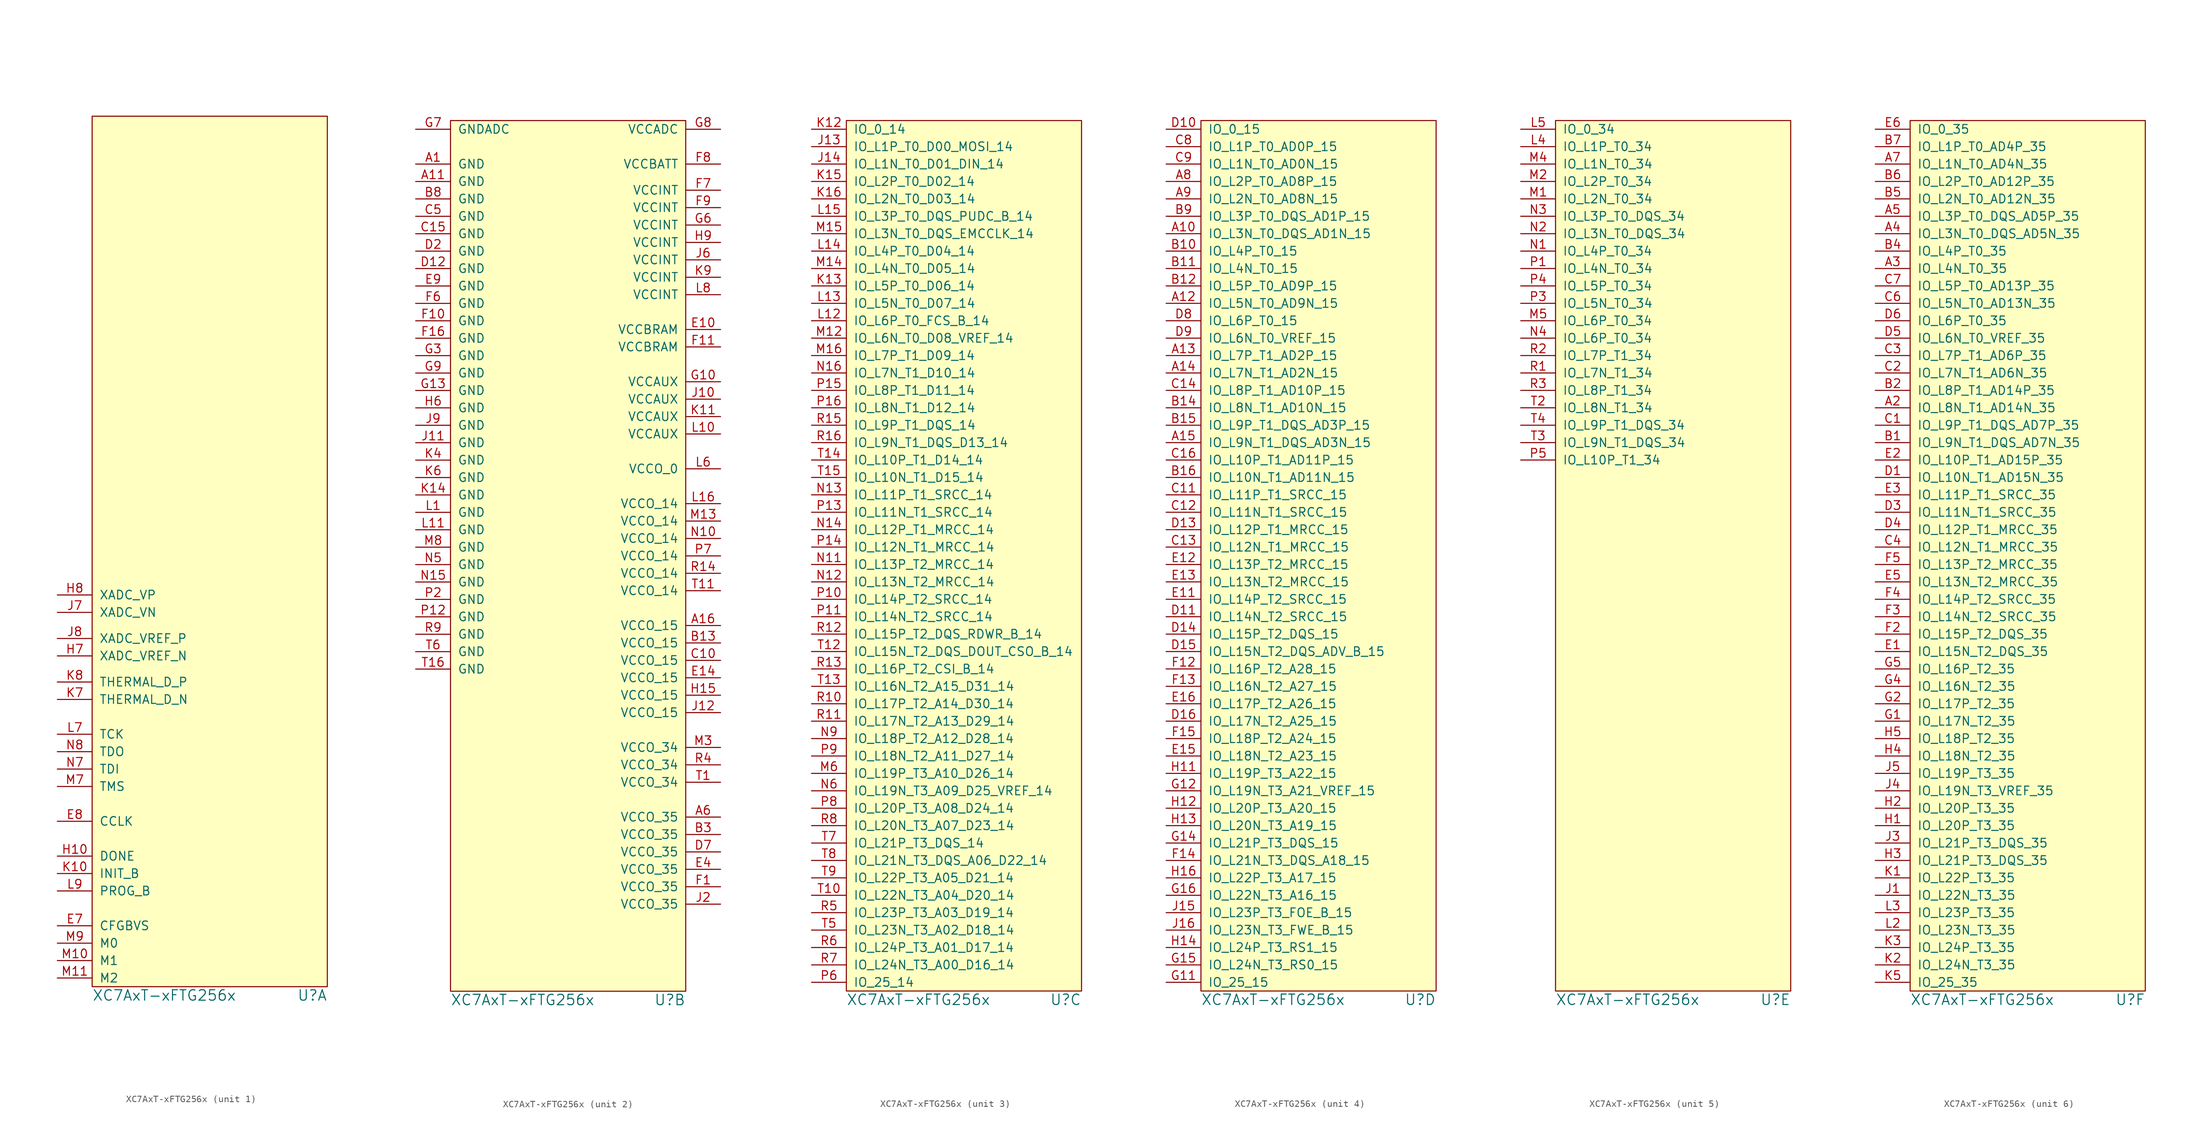
<source format=kicad_sym>
(kicad_symbol_lib
  (version 20211014)
  (generator kicad_symbol_editor)
  (symbol "XC7AxT-xFTG256x"
    (pin_names
      (offset 1.016))
    (property "Reference" "U"
      (at 34.29 -2.54 0)
      (effects (font (size 1.524 1.524)) (justify right)))
    (property "Value" "XC7AxT-xFTG256x"
      (at 0 -2.54 0)
      (effects (font (size 1.524 1.524)) (justify left)))
    (property "Footprint" ""
      (at 0 0 0)
      (effects (font (size 1.524 1.524))))
    (property "Datasheet" ""
      (at 0 0 0)
      (effects (font (size 1.524 1.524))))
    (property "ki_locked" ""
      (at 0 0 0)
      (effects (font (size 1.27 1.27))))
    (symbol "XC7AxT-xFTG256x_0_1"
      (rectangle (start 0 125.73) (end 34.29 -1.27) (stroke (width 0) (type default) (color 0 0 0 0)) (fill (type background))))
    (symbol "XC7AxT-xFTG256x_1_1"
      (pin input line (at -5.08 7.62 0) (length 5.08) (name "CFGBVS" (effects (font (size 1.27 1.27)))) (number "E7" (effects (font (size 1.27 1.27)))))
      (pin bidirectional line (at -5.08 22.86 0) (length 5.08) (name "CCLK" (effects (font (size 1.27 1.27)))) (number "E8" (effects (font (size 1.27 1.27)))))
      (pin output line (at -5.08 17.78 0) (length 5.08) (name "DONE" (effects (font (size 1.27 1.27)))) (number "H10" (effects (font (size 1.27 1.27)))))
      (pin power_in line (at -5.08 46.99 0) (length 5.08) (name "XADC_VREF_N" (effects (font (size 1.27 1.27)))) (number "H7" (effects (font (size 1.27 1.27)))))
      (pin input line (at -5.08 55.88 0) (length 5.08) (name "XADC_VP" (effects (font (size 1.27 1.27)))) (number "H8" (effects (font (size 1.27 1.27)))))
      (pin input line (at -5.08 53.34 0) (length 5.08) (name "XADC_VN" (effects (font (size 1.27 1.27)))) (number "J7" (effects (font (size 1.27 1.27)))))
      (pin power_in line (at -5.08 49.53 0) (length 5.08) (name "XADC_VREF_P" (effects (font (size 1.27 1.27)))) (number "J8" (effects (font (size 1.27 1.27)))))
      (pin bidirectional line (at -5.08 15.24 0) (length 5.08) (name "INIT_B" (effects (font (size 1.27 1.27)))) (number "K10" (effects (font (size 1.27 1.27)))))
      (pin passive line (at -5.08 40.64 0) (length 5.08) (name "THERMAL_D_N" (effects (font (size 1.27 1.27)))) (number "K7" (effects (font (size 1.27 1.27)))))
      (pin passive line (at -5.08 43.18 0) (length 5.08) (name "THERMAL_D_P" (effects (font (size 1.27 1.27)))) (number "K8" (effects (font (size 1.27 1.27)))))
      (pin input line (at -5.08 35.56 0) (length 5.08) (name "TCK" (effects (font (size 1.27 1.27)))) (number "L7" (effects (font (size 1.27 1.27)))))
      (pin input line (at -5.08 12.7 0) (length 5.08) (name "PROG_B" (effects (font (size 1.27 1.27)))) (number "L9" (effects (font (size 1.27 1.27)))))
      (pin input line (at -5.08 2.54 0) (length 5.08) (name "M1" (effects (font (size 1.27 1.27)))) (number "M10" (effects (font (size 1.27 1.27)))))
      (pin input line (at -5.08 0 0) (length 5.08) (name "M2" (effects (font (size 1.27 1.27)))) (number "M11" (effects (font (size 1.27 1.27)))))
      (pin input line (at -5.08 27.94 0) (length 5.08) (name "TMS" (effects (font (size 1.27 1.27)))) (number "M7" (effects (font (size 1.27 1.27)))))
      (pin input line (at -5.08 5.08 0) (length 5.08) (name "M0" (effects (font (size 1.27 1.27)))) (number "M9" (effects (font (size 1.27 1.27)))))
      (pin input line (at -5.08 30.48 0) (length 5.08) (name "TDI" (effects (font (size 1.27 1.27)))) (number "N7" (effects (font (size 1.27 1.27)))))
      (pin output line (at -5.08 33.02 0) (length 5.08) (name "TDO" (effects (font (size 1.27 1.27)))) (number "N8" (effects (font (size 1.27 1.27))))))
    (symbol "XC7AxT-xFTG256x_2_1"
      (pin power_in line (at -5.08 119.38 0) (length 5.08) (name "GND" (effects (font (size 1.27 1.27)))) (number "A1" (effects (font (size 1.27 1.27)))))
      (pin power_in line (at -5.08 116.84 0) (length 5.08) (name "GND" (effects (font (size 1.27 1.27)))) (number "A11" (effects (font (size 1.27 1.27)))))
      (pin power_in line (at 39.37 52.07 180) (length 5.08) (name "VCCO_15" (effects (font (size 1.27 1.27)))) (number "A16" (effects (font (size 1.27 1.27)))))
      (pin power_in line (at 39.37 24.13 180) (length 5.08) (name "VCCO_35" (effects (font (size 1.27 1.27)))) (number "A6" (effects (font (size 1.27 1.27)))))
      (pin power_in line (at 39.37 49.53 180) (length 5.08) (name "VCCO_15" (effects (font (size 1.27 1.27)))) (number "B13" (effects (font (size 1.27 1.27)))))
      (pin power_in line (at 39.37 21.59 180) (length 5.08) (name "VCCO_35" (effects (font (size 1.27 1.27)))) (number "B3" (effects (font (size 1.27 1.27)))))
      (pin power_in line (at -5.08 114.3 0) (length 5.08) (name "GND" (effects (font (size 1.27 1.27)))) (number "B8" (effects (font (size 1.27 1.27)))))
      (pin power_in line (at 39.37 46.99 180) (length 5.08) (name "VCCO_15" (effects (font (size 1.27 1.27)))) (number "C10" (effects (font (size 1.27 1.27)))))
      (pin power_in line (at -5.08 109.22 0) (length 5.08) (name "GND" (effects (font (size 1.27 1.27)))) (number "C15" (effects (font (size 1.27 1.27)))))
      (pin power_in line (at -5.08 111.76 0) (length 5.08) (name "GND" (effects (font (size 1.27 1.27)))) (number "C5" (effects (font (size 1.27 1.27)))))
      (pin power_in line (at -5.08 104.14 0) (length 5.08) (name "GND" (effects (font (size 1.27 1.27)))) (number "D12" (effects (font (size 1.27 1.27)))))
      (pin power_in line (at -5.08 106.68 0) (length 5.08) (name "GND" (effects (font (size 1.27 1.27)))) (number "D2" (effects (font (size 1.27 1.27)))))
      (pin power_in line (at 39.37 19.05 180) (length 5.08) (name "VCCO_35" (effects (font (size 1.27 1.27)))) (number "D7" (effects (font (size 1.27 1.27)))))
      (pin power_in line (at 39.37 95.25 180) (length 5.08) (name "VCCBRAM" (effects (font (size 1.27 1.27)))) (number "E10" (effects (font (size 1.27 1.27)))))
      (pin power_in line (at 39.37 44.45 180) (length 5.08) (name "VCCO_15" (effects (font (size 1.27 1.27)))) (number "E14" (effects (font (size 1.27 1.27)))))
      (pin power_in line (at 39.37 16.51 180) (length 5.08) (name "VCCO_35" (effects (font (size 1.27 1.27)))) (number "E4" (effects (font (size 1.27 1.27)))))
      (pin power_in line (at -5.08 101.6 0) (length 5.08) (name "GND" (effects (font (size 1.27 1.27)))) (number "E9" (effects (font (size 1.27 1.27)))))
      (pin power_in line (at 39.37 13.97 180) (length 5.08) (name "VCCO_35" (effects (font (size 1.27 1.27)))) (number "F1" (effects (font (size 1.27 1.27)))))
      (pin power_in line (at -5.08 96.52 0) (length 5.08) (name "GND" (effects (font (size 1.27 1.27)))) (number "F10" (effects (font (size 1.27 1.27)))))
      (pin power_in line (at 39.37 92.71 180) (length 5.08) (name "VCCBRAM" (effects (font (size 1.27 1.27)))) (number "F11" (effects (font (size 1.27 1.27)))))
      (pin power_in line (at -5.08 93.98 0) (length 5.08) (name "GND" (effects (font (size 1.27 1.27)))) (number "F16" (effects (font (size 1.27 1.27)))))
      (pin power_in line (at -5.08 99.06 0) (length 5.08) (name "GND" (effects (font (size 1.27 1.27)))) (number "F6" (effects (font (size 1.27 1.27)))))
      (pin power_in line (at 39.37 115.57 180) (length 5.08) (name "VCCINT" (effects (font (size 1.27 1.27)))) (number "F7" (effects (font (size 1.27 1.27)))))
      (pin power_in line (at 39.37 119.38 180) (length 5.08) (name "VCCBATT" (effects (font (size 1.27 1.27)))) (number "F8" (effects (font (size 1.27 1.27)))))
      (pin power_in line (at 39.37 113.03 180) (length 5.08) (name "VCCINT" (effects (font (size 1.27 1.27)))) (number "F9" (effects (font (size 1.27 1.27)))))
      (pin power_in line (at 39.37 87.63 180) (length 5.08) (name "VCCAUX" (effects (font (size 1.27 1.27)))) (number "G10" (effects (font (size 1.27 1.27)))))
      (pin power_in line (at -5.08 86.36 0) (length 5.08) (name "GND" (effects (font (size 1.27 1.27)))) (number "G13" (effects (font (size 1.27 1.27)))))
      (pin power_in line (at -5.08 91.44 0) (length 5.08) (name "GND" (effects (font (size 1.27 1.27)))) (number "G3" (effects (font (size 1.27 1.27)))))
      (pin power_in line (at 39.37 110.49 180) (length 5.08) (name "VCCINT" (effects (font (size 1.27 1.27)))) (number "G6" (effects (font (size 1.27 1.27)))))
      (pin power_in line (at -5.08 124.46 0) (length 5.08) (name "GNDADC" (effects (font (size 1.27 1.27)))) (number "G7" (effects (font (size 1.27 1.27)))))
      (pin power_in line (at 39.37 124.46 180) (length 5.08) (name "VCCADC" (effects (font (size 1.27 1.27)))) (number "G8" (effects (font (size 1.27 1.27)))))
      (pin power_in line (at -5.08 88.9 0) (length 5.08) (name "GND" (effects (font (size 1.27 1.27)))) (number "G9" (effects (font (size 1.27 1.27)))))
      (pin power_in line (at 39.37 41.91 180) (length 5.08) (name "VCCO_15" (effects (font (size 1.27 1.27)))) (number "H15" (effects (font (size 1.27 1.27)))))
      (pin power_in line (at -5.08 83.82 0) (length 5.08) (name "GND" (effects (font (size 1.27 1.27)))) (number "H6" (effects (font (size 1.27 1.27)))))
      (pin power_in line (at 39.37 107.95 180) (length 5.08) (name "VCCINT" (effects (font (size 1.27 1.27)))) (number "H9" (effects (font (size 1.27 1.27)))))
      (pin power_in line (at 39.37 85.09 180) (length 5.08) (name "VCCAUX" (effects (font (size 1.27 1.27)))) (number "J10" (effects (font (size 1.27 1.27)))))
      (pin power_in line (at -5.08 78.74 0) (length 5.08) (name "GND" (effects (font (size 1.27 1.27)))) (number "J11" (effects (font (size 1.27 1.27)))))
      (pin power_in line (at 39.37 39.37 180) (length 5.08) (name "VCCO_15" (effects (font (size 1.27 1.27)))) (number "J12" (effects (font (size 1.27 1.27)))))
      (pin power_in line (at 39.37 11.43 180) (length 5.08) (name "VCCO_35" (effects (font (size 1.27 1.27)))) (number "J2" (effects (font (size 1.27 1.27)))))
      (pin power_in line (at 39.37 105.41 180) (length 5.08) (name "VCCINT" (effects (font (size 1.27 1.27)))) (number "J6" (effects (font (size 1.27 1.27)))))
      (pin power_in line (at -5.08 81.28 0) (length 5.08) (name "GND" (effects (font (size 1.27 1.27)))) (number "J9" (effects (font (size 1.27 1.27)))))
      (pin power_in line (at 39.37 82.55 180) (length 5.08) (name "VCCAUX" (effects (font (size 1.27 1.27)))) (number "K11" (effects (font (size 1.27 1.27)))))
      (pin power_in line (at -5.08 71.12 0) (length 5.08) (name "GND" (effects (font (size 1.27 1.27)))) (number "K14" (effects (font (size 1.27 1.27)))))
      (pin power_in line (at -5.08 76.2 0) (length 5.08) (name "GND" (effects (font (size 1.27 1.27)))) (number "K4" (effects (font (size 1.27 1.27)))))
      (pin power_in line (at -5.08 73.66 0) (length 5.08) (name "GND" (effects (font (size 1.27 1.27)))) (number "K6" (effects (font (size 1.27 1.27)))))
      (pin power_in line (at 39.37 102.87 180) (length 5.08) (name "VCCINT" (effects (font (size 1.27 1.27)))) (number "K9" (effects (font (size 1.27 1.27)))))
      (pin power_in line (at -5.08 68.58 0) (length 5.08) (name "GND" (effects (font (size 1.27 1.27)))) (number "L1" (effects (font (size 1.27 1.27)))))
      (pin power_in line (at 39.37 80.01 180) (length 5.08) (name "VCCAUX" (effects (font (size 1.27 1.27)))) (number "L10" (effects (font (size 1.27 1.27)))))
      (pin power_in line (at -5.08 66.04 0) (length 5.08) (name "GND" (effects (font (size 1.27 1.27)))) (number "L11" (effects (font (size 1.27 1.27)))))
      (pin power_in line (at 39.37 69.85 180) (length 5.08) (name "VCCO_14" (effects (font (size 1.27 1.27)))) (number "L16" (effects (font (size 1.27 1.27)))))
      (pin power_in line (at 39.37 74.93 180) (length 5.08) (name "VCCO_0" (effects (font (size 1.27 1.27)))) (number "L6" (effects (font (size 1.27 1.27)))))
      (pin power_in line (at 39.37 100.33 180) (length 5.08) (name "VCCINT" (effects (font (size 1.27 1.27)))) (number "L8" (effects (font (size 1.27 1.27)))))
      (pin power_in line (at 39.37 67.31 180) (length 5.08) (name "VCCO_14" (effects (font (size 1.27 1.27)))) (number "M13" (effects (font (size 1.27 1.27)))))
      (pin power_in line (at 39.37 34.29 180) (length 5.08) (name "VCCO_34" (effects (font (size 1.27 1.27)))) (number "M3" (effects (font (size 1.27 1.27)))))
      (pin power_in line (at -5.08 63.5 0) (length 5.08) (name "GND" (effects (font (size 1.27 1.27)))) (number "M8" (effects (font (size 1.27 1.27)))))
      (pin power_in line (at 39.37 64.77 180) (length 5.08) (name "VCCO_14" (effects (font (size 1.27 1.27)))) (number "N10" (effects (font (size 1.27 1.27)))))
      (pin power_in line (at -5.08 58.42 0) (length 5.08) (name "GND" (effects (font (size 1.27 1.27)))) (number "N15" (effects (font (size 1.27 1.27)))))
      (pin power_in line (at -5.08 60.96 0) (length 5.08) (name "GND" (effects (font (size 1.27 1.27)))) (number "N5" (effects (font (size 1.27 1.27)))))
      (pin power_in line (at -5.08 53.34 0) (length 5.08) (name "GND" (effects (font (size 1.27 1.27)))) (number "P12" (effects (font (size 1.27 1.27)))))
      (pin power_in line (at -5.08 55.88 0) (length 5.08) (name "GND" (effects (font (size 1.27 1.27)))) (number "P2" (effects (font (size 1.27 1.27)))))
      (pin power_in line (at 39.37 62.23 180) (length 5.08) (name "VCCO_14" (effects (font (size 1.27 1.27)))) (number "P7" (effects (font (size 1.27 1.27)))))
      (pin power_in line (at 39.37 59.69 180) (length 5.08) (name "VCCO_14" (effects (font (size 1.27 1.27)))) (number "R14" (effects (font (size 1.27 1.27)))))
      (pin power_in line (at 39.37 31.75 180) (length 5.08) (name "VCCO_34" (effects (font (size 1.27 1.27)))) (number "R4" (effects (font (size 1.27 1.27)))))
      (pin power_in line (at -5.08 50.8 0) (length 5.08) (name "GND" (effects (font (size 1.27 1.27)))) (number "R9" (effects (font (size 1.27 1.27)))))
      (pin power_in line (at 39.37 29.21 180) (length 5.08) (name "VCCO_34" (effects (font (size 1.27 1.27)))) (number "T1" (effects (font (size 1.27 1.27)))))
      (pin power_in line (at 39.37 57.15 180) (length 5.08) (name "VCCO_14" (effects (font (size 1.27 1.27)))) (number "T11" (effects (font (size 1.27 1.27)))))
      (pin power_in line (at -5.08 45.72 0) (length 5.08) (name "GND" (effects (font (size 1.27 1.27)))) (number "T16" (effects (font (size 1.27 1.27)))))
      (pin power_in line (at -5.08 48.26 0) (length 5.08) (name "GND" (effects (font (size 1.27 1.27)))) (number "T6" (effects (font (size 1.27 1.27))))))
    (symbol "XC7AxT-xFTG256x_3_1"
      (pin bidirectional line (at -5.08 121.92 0) (length 5.08) (name "IO_L1P_T0_D00_MOSI_14" (effects (font (size 1.27 1.27)))) (number "J13" (effects (font (size 1.27 1.27)))))
      (pin bidirectional line (at -5.08 119.38 0) (length 5.08) (name "IO_L1N_T0_D01_DIN_14" (effects (font (size 1.27 1.27)))) (number "J14" (effects (font (size 1.27 1.27)))))
      (pin bidirectional line (at -5.08 124.46 0) (length 5.08) (name "IO_0_14" (effects (font (size 1.27 1.27)))) (number "K12" (effects (font (size 1.27 1.27)))))
      (pin bidirectional line (at -5.08 101.6 0) (length 5.08) (name "IO_L5P_T0_D06_14" (effects (font (size 1.27 1.27)))) (number "K13" (effects (font (size 1.27 1.27)))))
      (pin bidirectional line (at -5.08 116.84 0) (length 5.08) (name "IO_L2P_T0_D02_14" (effects (font (size 1.27 1.27)))) (number "K15" (effects (font (size 1.27 1.27)))))
      (pin bidirectional line (at -5.08 114.3 0) (length 5.08) (name "IO_L2N_T0_D03_14" (effects (font (size 1.27 1.27)))) (number "K16" (effects (font (size 1.27 1.27)))))
      (pin bidirectional line (at -5.08 96.52 0) (length 5.08) (name "IO_L6P_T0_FCS_B_14" (effects (font (size 1.27 1.27)))) (number "L12" (effects (font (size 1.27 1.27)))))
      (pin bidirectional line (at -5.08 99.06 0) (length 5.08) (name "IO_L5N_T0_D07_14" (effects (font (size 1.27 1.27)))) (number "L13" (effects (font (size 1.27 1.27)))))
      (pin bidirectional line (at -5.08 106.68 0) (length 5.08) (name "IO_L4P_T0_D04_14" (effects (font (size 1.27 1.27)))) (number "L14" (effects (font (size 1.27 1.27)))))
      (pin bidirectional line (at -5.08 111.76 0) (length 5.08) (name "IO_L3P_T0_DQS_PUDC_B_14" (effects (font (size 1.27 1.27)))) (number "L15" (effects (font (size 1.27 1.27)))))
      (pin bidirectional line (at -5.08 93.98 0) (length 5.08) (name "IO_L6N_T0_D08_VREF_14" (effects (font (size 1.27 1.27)))) (number "M12" (effects (font (size 1.27 1.27)))))
      (pin bidirectional line (at -5.08 104.14 0) (length 5.08) (name "IO_L4N_T0_D05_14" (effects (font (size 1.27 1.27)))) (number "M14" (effects (font (size 1.27 1.27)))))
      (pin bidirectional line (at -5.08 109.22 0) (length 5.08) (name "IO_L3N_T0_DQS_EMCCLK_14" (effects (font (size 1.27 1.27)))) (number "M15" (effects (font (size 1.27 1.27)))))
      (pin bidirectional line (at -5.08 91.44 0) (length 5.08) (name "IO_L7P_T1_D09_14" (effects (font (size 1.27 1.27)))) (number "M16" (effects (font (size 1.27 1.27)))))
      (pin bidirectional line (at -5.08 30.48 0) (length 5.08) (name "IO_L19P_T3_A10_D26_14" (effects (font (size 1.27 1.27)))) (number "M6" (effects (font (size 1.27 1.27)))))
      (pin bidirectional line (at -5.08 60.96 0) (length 5.08) (name "IO_L13P_T2_MRCC_14" (effects (font (size 1.27 1.27)))) (number "N11" (effects (font (size 1.27 1.27)))))
      (pin bidirectional line (at -5.08 58.42 0) (length 5.08) (name "IO_L13N_T2_MRCC_14" (effects (font (size 1.27 1.27)))) (number "N12" (effects (font (size 1.27 1.27)))))
      (pin bidirectional line (at -5.08 71.12 0) (length 5.08) (name "IO_L11P_T1_SRCC_14" (effects (font (size 1.27 1.27)))) (number "N13" (effects (font (size 1.27 1.27)))))
      (pin bidirectional line (at -5.08 66.04 0) (length 5.08) (name "IO_L12P_T1_MRCC_14" (effects (font (size 1.27 1.27)))) (number "N14" (effects (font (size 1.27 1.27)))))
      (pin bidirectional line (at -5.08 88.9 0) (length 5.08) (name "IO_L7N_T1_D10_14" (effects (font (size 1.27 1.27)))) (number "N16" (effects (font (size 1.27 1.27)))))
      (pin bidirectional line (at -5.08 27.94 0) (length 5.08) (name "IO_L19N_T3_A09_D25_VREF_14" (effects (font (size 1.27 1.27)))) (number "N6" (effects (font (size 1.27 1.27)))))
      (pin bidirectional line (at -5.08 35.56 0) (length 5.08) (name "IO_L18P_T2_A12_D28_14" (effects (font (size 1.27 1.27)))) (number "N9" (effects (font (size 1.27 1.27)))))
      (pin bidirectional line (at -5.08 55.88 0) (length 5.08) (name "IO_L14P_T2_SRCC_14" (effects (font (size 1.27 1.27)))) (number "P10" (effects (font (size 1.27 1.27)))))
      (pin bidirectional line (at -5.08 53.34 0) (length 5.08) (name "IO_L14N_T2_SRCC_14" (effects (font (size 1.27 1.27)))) (number "P11" (effects (font (size 1.27 1.27)))))
      (pin bidirectional line (at -5.08 68.58 0) (length 5.08) (name "IO_L11N_T1_SRCC_14" (effects (font (size 1.27 1.27)))) (number "P13" (effects (font (size 1.27 1.27)))))
      (pin bidirectional line (at -5.08 63.5 0) (length 5.08) (name "IO_L12N_T1_MRCC_14" (effects (font (size 1.27 1.27)))) (number "P14" (effects (font (size 1.27 1.27)))))
      (pin bidirectional line (at -5.08 86.36 0) (length 5.08) (name "IO_L8P_T1_D11_14" (effects (font (size 1.27 1.27)))) (number "P15" (effects (font (size 1.27 1.27)))))
      (pin bidirectional line (at -5.08 83.82 0) (length 5.08) (name "IO_L8N_T1_D12_14" (effects (font (size 1.27 1.27)))) (number "P16" (effects (font (size 1.27 1.27)))))
      (pin bidirectional line (at -5.08 0 0) (length 5.08) (name "IO_25_14" (effects (font (size 1.27 1.27)))) (number "P6" (effects (font (size 1.27 1.27)))))
      (pin bidirectional line (at -5.08 25.4 0) (length 5.08) (name "IO_L20P_T3_A08_D24_14" (effects (font (size 1.27 1.27)))) (number "P8" (effects (font (size 1.27 1.27)))))
      (pin bidirectional line (at -5.08 33.02 0) (length 5.08) (name "IO_L18N_T2_A11_D27_14" (effects (font (size 1.27 1.27)))) (number "P9" (effects (font (size 1.27 1.27)))))
      (pin bidirectional line (at -5.08 40.64 0) (length 5.08) (name "IO_L17P_T2_A14_D30_14" (effects (font (size 1.27 1.27)))) (number "R10" (effects (font (size 1.27 1.27)))))
      (pin bidirectional line (at -5.08 38.1 0) (length 5.08) (name "IO_L17N_T2_A13_D29_14" (effects (font (size 1.27 1.27)))) (number "R11" (effects (font (size 1.27 1.27)))))
      (pin bidirectional line (at -5.08 50.8 0) (length 5.08) (name "IO_L15P_T2_DQS_RDWR_B_14" (effects (font (size 1.27 1.27)))) (number "R12" (effects (font (size 1.27 1.27)))))
      (pin bidirectional line (at -5.08 45.72 0) (length 5.08) (name "IO_L16P_T2_CSI_B_14" (effects (font (size 1.27 1.27)))) (number "R13" (effects (font (size 1.27 1.27)))))
      (pin bidirectional line (at -5.08 81.28 0) (length 5.08) (name "IO_L9P_T1_DQS_14" (effects (font (size 1.27 1.27)))) (number "R15" (effects (font (size 1.27 1.27)))))
      (pin bidirectional line (at -5.08 78.74 0) (length 5.08) (name "IO_L9N_T1_DQS_D13_14" (effects (font (size 1.27 1.27)))) (number "R16" (effects (font (size 1.27 1.27)))))
      (pin bidirectional line (at -5.08 10.16 0) (length 5.08) (name "IO_L23P_T3_A03_D19_14" (effects (font (size 1.27 1.27)))) (number "R5" (effects (font (size 1.27 1.27)))))
      (pin bidirectional line (at -5.08 5.08 0) (length 5.08) (name "IO_L24P_T3_A01_D17_14" (effects (font (size 1.27 1.27)))) (number "R6" (effects (font (size 1.27 1.27)))))
      (pin bidirectional line (at -5.08 2.54 0) (length 5.08) (name "IO_L24N_T3_A00_D16_14" (effects (font (size 1.27 1.27)))) (number "R7" (effects (font (size 1.27 1.27)))))
      (pin bidirectional line (at -5.08 22.86 0) (length 5.08) (name "IO_L20N_T3_A07_D23_14" (effects (font (size 1.27 1.27)))) (number "R8" (effects (font (size 1.27 1.27)))))
      (pin bidirectional line (at -5.08 12.7 0) (length 5.08) (name "IO_L22N_T3_A04_D20_14" (effects (font (size 1.27 1.27)))) (number "T10" (effects (font (size 1.27 1.27)))))
      (pin bidirectional line (at -5.08 48.26 0) (length 5.08) (name "IO_L15N_T2_DQS_DOUT_CSO_B_14" (effects (font (size 1.27 1.27)))) (number "T12" (effects (font (size 1.27 1.27)))))
      (pin bidirectional line (at -5.08 43.18 0) (length 5.08) (name "IO_L16N_T2_A15_D31_14" (effects (font (size 1.27 1.27)))) (number "T13" (effects (font (size 1.27 1.27)))))
      (pin bidirectional line (at -5.08 76.2 0) (length 5.08) (name "IO_L10P_T1_D14_14" (effects (font (size 1.27 1.27)))) (number "T14" (effects (font (size 1.27 1.27)))))
      (pin bidirectional line (at -5.08 73.66 0) (length 5.08) (name "IO_L10N_T1_D15_14" (effects (font (size 1.27 1.27)))) (number "T15" (effects (font (size 1.27 1.27)))))
      (pin bidirectional line (at -5.08 7.62 0) (length 5.08) (name "IO_L23N_T3_A02_D18_14" (effects (font (size 1.27 1.27)))) (number "T5" (effects (font (size 1.27 1.27)))))
      (pin bidirectional line (at -5.08 20.32 0) (length 5.08) (name "IO_L21P_T3_DQS_14" (effects (font (size 1.27 1.27)))) (number "T7" (effects (font (size 1.27 1.27)))))
      (pin bidirectional line (at -5.08 17.78 0) (length 5.08) (name "IO_L21N_T3_DQS_A06_D22_14" (effects (font (size 1.27 1.27)))) (number "T8" (effects (font (size 1.27 1.27)))))
      (pin bidirectional line (at -5.08 15.24 0) (length 5.08) (name "IO_L22P_T3_A05_D21_14" (effects (font (size 1.27 1.27)))) (number "T9" (effects (font (size 1.27 1.27))))))
    (symbol "XC7AxT-xFTG256x_4_1"
      (pin bidirectional line (at -5.08 109.22 0) (length 5.08) (name "IO_L3N_T0_DQS_AD1N_15" (effects (font (size 1.27 1.27)))) (number "A10" (effects (font (size 1.27 1.27)))))
      (pin bidirectional line (at -5.08 99.06 0) (length 5.08) (name "IO_L5N_T0_AD9N_15" (effects (font (size 1.27 1.27)))) (number "A12" (effects (font (size 1.27 1.27)))))
      (pin bidirectional line (at -5.08 91.44 0) (length 5.08) (name "IO_L7P_T1_AD2P_15" (effects (font (size 1.27 1.27)))) (number "A13" (effects (font (size 1.27 1.27)))))
      (pin bidirectional line (at -5.08 88.9 0) (length 5.08) (name "IO_L7N_T1_AD2N_15" (effects (font (size 1.27 1.27)))) (number "A14" (effects (font (size 1.27 1.27)))))
      (pin bidirectional line (at -5.08 78.74 0) (length 5.08) (name "IO_L9N_T1_DQS_AD3N_15" (effects (font (size 1.27 1.27)))) (number "A15" (effects (font (size 1.27 1.27)))))
      (pin bidirectional line (at -5.08 116.84 0) (length 5.08) (name "IO_L2P_T0_AD8P_15" (effects (font (size 1.27 1.27)))) (number "A8" (effects (font (size 1.27 1.27)))))
      (pin bidirectional line (at -5.08 114.3 0) (length 5.08) (name "IO_L2N_T0_AD8N_15" (effects (font (size 1.27 1.27)))) (number "A9" (effects (font (size 1.27 1.27)))))
      (pin bidirectional line (at -5.08 106.68 0) (length 5.08) (name "IO_L4P_T0_15" (effects (font (size 1.27 1.27)))) (number "B10" (effects (font (size 1.27 1.27)))))
      (pin bidirectional line (at -5.08 104.14 0) (length 5.08) (name "IO_L4N_T0_15" (effects (font (size 1.27 1.27)))) (number "B11" (effects (font (size 1.27 1.27)))))
      (pin bidirectional line (at -5.08 101.6 0) (length 5.08) (name "IO_L5P_T0_AD9P_15" (effects (font (size 1.27 1.27)))) (number "B12" (effects (font (size 1.27 1.27)))))
      (pin bidirectional line (at -5.08 83.82 0) (length 5.08) (name "IO_L8N_T1_AD10N_15" (effects (font (size 1.27 1.27)))) (number "B14" (effects (font (size 1.27 1.27)))))
      (pin bidirectional line (at -5.08 81.28 0) (length 5.08) (name "IO_L9P_T1_DQS_AD3P_15" (effects (font (size 1.27 1.27)))) (number "B15" (effects (font (size 1.27 1.27)))))
      (pin bidirectional line (at -5.08 73.66 0) (length 5.08) (name "IO_L10N_T1_AD11N_15" (effects (font (size 1.27 1.27)))) (number "B16" (effects (font (size 1.27 1.27)))))
      (pin bidirectional line (at -5.08 111.76 0) (length 5.08) (name "IO_L3P_T0_DQS_AD1P_15" (effects (font (size 1.27 1.27)))) (number "B9" (effects (font (size 1.27 1.27)))))
      (pin bidirectional line (at -5.08 71.12 0) (length 5.08) (name "IO_L11P_T1_SRCC_15" (effects (font (size 1.27 1.27)))) (number "C11" (effects (font (size 1.27 1.27)))))
      (pin bidirectional line (at -5.08 68.58 0) (length 5.08) (name "IO_L11N_T1_SRCC_15" (effects (font (size 1.27 1.27)))) (number "C12" (effects (font (size 1.27 1.27)))))
      (pin bidirectional line (at -5.08 63.5 0) (length 5.08) (name "IO_L12N_T1_MRCC_15" (effects (font (size 1.27 1.27)))) (number "C13" (effects (font (size 1.27 1.27)))))
      (pin bidirectional line (at -5.08 86.36 0) (length 5.08) (name "IO_L8P_T1_AD10P_15" (effects (font (size 1.27 1.27)))) (number "C14" (effects (font (size 1.27 1.27)))))
      (pin bidirectional line (at -5.08 76.2 0) (length 5.08) (name "IO_L10P_T1_AD11P_15" (effects (font (size 1.27 1.27)))) (number "C16" (effects (font (size 1.27 1.27)))))
      (pin bidirectional line (at -5.08 121.92 0) (length 5.08) (name "IO_L1P_T0_AD0P_15" (effects (font (size 1.27 1.27)))) (number "C8" (effects (font (size 1.27 1.27)))))
      (pin bidirectional line (at -5.08 119.38 0) (length 5.08) (name "IO_L1N_T0_AD0N_15" (effects (font (size 1.27 1.27)))) (number "C9" (effects (font (size 1.27 1.27)))))
      (pin bidirectional line (at -5.08 124.46 0) (length 5.08) (name "IO_0_15" (effects (font (size 1.27 1.27)))) (number "D10" (effects (font (size 1.27 1.27)))))
      (pin bidirectional line (at -5.08 53.34 0) (length 5.08) (name "IO_L14N_T2_SRCC_15" (effects (font (size 1.27 1.27)))) (number "D11" (effects (font (size 1.27 1.27)))))
      (pin bidirectional line (at -5.08 66.04 0) (length 5.08) (name "IO_L12P_T1_MRCC_15" (effects (font (size 1.27 1.27)))) (number "D13" (effects (font (size 1.27 1.27)))))
      (pin bidirectional line (at -5.08 50.8 0) (length 5.08) (name "IO_L15P_T2_DQS_15" (effects (font (size 1.27 1.27)))) (number "D14" (effects (font (size 1.27 1.27)))))
      (pin bidirectional line (at -5.08 48.26 0) (length 5.08) (name "IO_L15N_T2_DQS_ADV_B_15" (effects (font (size 1.27 1.27)))) (number "D15" (effects (font (size 1.27 1.27)))))
      (pin bidirectional line (at -5.08 38.1 0) (length 5.08) (name "IO_L17N_T2_A25_15" (effects (font (size 1.27 1.27)))) (number "D16" (effects (font (size 1.27 1.27)))))
      (pin bidirectional line (at -5.08 96.52 0) (length 5.08) (name "IO_L6P_T0_15" (effects (font (size 1.27 1.27)))) (number "D8" (effects (font (size 1.27 1.27)))))
      (pin bidirectional line (at -5.08 93.98 0) (length 5.08) (name "IO_L6N_T0_VREF_15" (effects (font (size 1.27 1.27)))) (number "D9" (effects (font (size 1.27 1.27)))))
      (pin bidirectional line (at -5.08 55.88 0) (length 5.08) (name "IO_L14P_T2_SRCC_15" (effects (font (size 1.27 1.27)))) (number "E11" (effects (font (size 1.27 1.27)))))
      (pin bidirectional line (at -5.08 60.96 0) (length 5.08) (name "IO_L13P_T2_MRCC_15" (effects (font (size 1.27 1.27)))) (number "E12" (effects (font (size 1.27 1.27)))))
      (pin bidirectional line (at -5.08 58.42 0) (length 5.08) (name "IO_L13N_T2_MRCC_15" (effects (font (size 1.27 1.27)))) (number "E13" (effects (font (size 1.27 1.27)))))
      (pin bidirectional line (at -5.08 33.02 0) (length 5.08) (name "IO_L18N_T2_A23_15" (effects (font (size 1.27 1.27)))) (number "E15" (effects (font (size 1.27 1.27)))))
      (pin bidirectional line (at -5.08 40.64 0) (length 5.08) (name "IO_L17P_T2_A26_15" (effects (font (size 1.27 1.27)))) (number "E16" (effects (font (size 1.27 1.27)))))
      (pin bidirectional line (at -5.08 45.72 0) (length 5.08) (name "IO_L16P_T2_A28_15" (effects (font (size 1.27 1.27)))) (number "F12" (effects (font (size 1.27 1.27)))))
      (pin bidirectional line (at -5.08 43.18 0) (length 5.08) (name "IO_L16N_T2_A27_15" (effects (font (size 1.27 1.27)))) (number "F13" (effects (font (size 1.27 1.27)))))
      (pin bidirectional line (at -5.08 17.78 0) (length 5.08) (name "IO_L21N_T3_DQS_A18_15" (effects (font (size 1.27 1.27)))) (number "F14" (effects (font (size 1.27 1.27)))))
      (pin bidirectional line (at -5.08 35.56 0) (length 5.08) (name "IO_L18P_T2_A24_15" (effects (font (size 1.27 1.27)))) (number "F15" (effects (font (size 1.27 1.27)))))
      (pin bidirectional line (at -5.08 0 0) (length 5.08) (name "IO_25_15" (effects (font (size 1.27 1.27)))) (number "G11" (effects (font (size 1.27 1.27)))))
      (pin bidirectional line (at -5.08 27.94 0) (length 5.08) (name "IO_L19N_T3_A21_VREF_15" (effects (font (size 1.27 1.27)))) (number "G12" (effects (font (size 1.27 1.27)))))
      (pin bidirectional line (at -5.08 20.32 0) (length 5.08) (name "IO_L21P_T3_DQS_15" (effects (font (size 1.27 1.27)))) (number "G14" (effects (font (size 1.27 1.27)))))
      (pin bidirectional line (at -5.08 2.54 0) (length 5.08) (name "IO_L24N_T3_RS0_15" (effects (font (size 1.27 1.27)))) (number "G15" (effects (font (size 1.27 1.27)))))
      (pin bidirectional line (at -5.08 12.7 0) (length 5.08) (name "IO_L22N_T3_A16_15" (effects (font (size 1.27 1.27)))) (number "G16" (effects (font (size 1.27 1.27)))))
      (pin bidirectional line (at -5.08 30.48 0) (length 5.08) (name "IO_L19P_T3_A22_15" (effects (font (size 1.27 1.27)))) (number "H11" (effects (font (size 1.27 1.27)))))
      (pin bidirectional line (at -5.08 25.4 0) (length 5.08) (name "IO_L20P_T3_A20_15" (effects (font (size 1.27 1.27)))) (number "H12" (effects (font (size 1.27 1.27)))))
      (pin bidirectional line (at -5.08 22.86 0) (length 5.08) (name "IO_L20N_T3_A19_15" (effects (font (size 1.27 1.27)))) (number "H13" (effects (font (size 1.27 1.27)))))
      (pin bidirectional line (at -5.08 5.08 0) (length 5.08) (name "IO_L24P_T3_RS1_15" (effects (font (size 1.27 1.27)))) (number "H14" (effects (font (size 1.27 1.27)))))
      (pin bidirectional line (at -5.08 15.24 0) (length 5.08) (name "IO_L22P_T3_A17_15" (effects (font (size 1.27 1.27)))) (number "H16" (effects (font (size 1.27 1.27)))))
      (pin bidirectional line (at -5.08 10.16 0) (length 5.08) (name "IO_L23P_T3_FOE_B_15" (effects (font (size 1.27 1.27)))) (number "J15" (effects (font (size 1.27 1.27)))))
      (pin bidirectional line (at -5.08 7.62 0) (length 5.08) (name "IO_L23N_T3_FWE_B_15" (effects (font (size 1.27 1.27)))) (number "J16" (effects (font (size 1.27 1.27))))))
    (symbol "XC7AxT-xFTG256x_5_1"
      (pin bidirectional line (at -5.08 121.92 0) (length 5.08) (name "IO_L1P_T0_34" (effects (font (size 1.27 1.27)))) (number "L4" (effects (font (size 1.27 1.27)))))
      (pin bidirectional line (at -5.08 124.46 0) (length 5.08) (name "IO_0_34" (effects (font (size 1.27 1.27)))) (number "L5" (effects (font (size 1.27 1.27)))))
      (pin bidirectional line (at -5.08 114.3 0) (length 5.08) (name "IO_L2N_T0_34" (effects (font (size 1.27 1.27)))) (number "M1" (effects (font (size 1.27 1.27)))))
      (pin bidirectional line (at -5.08 116.84 0) (length 5.08) (name "IO_L2P_T0_34" (effects (font (size 1.27 1.27)))) (number "M2" (effects (font (size 1.27 1.27)))))
      (pin bidirectional line (at -5.08 119.38 0) (length 5.08) (name "IO_L1N_T0_34" (effects (font (size 1.27 1.27)))) (number "M4" (effects (font (size 1.27 1.27)))))
      (pin bidirectional line (at -5.08 96.52 0) (length 5.08) (name "IO_L6P_T0_34" (effects (font (size 1.27 1.27)))) (number "M5" (effects (font (size 1.27 1.27)))))
      (pin bidirectional line (at -5.08 106.68 0) (length 5.08) (name "IO_L4P_T0_34" (effects (font (size 1.27 1.27)))) (number "N1" (effects (font (size 1.27 1.27)))))
      (pin bidirectional line (at -5.08 109.22 0) (length 5.08) (name "IO_L3N_T0_DQS_34" (effects (font (size 1.27 1.27)))) (number "N2" (effects (font (size 1.27 1.27)))))
      (pin bidirectional line (at -5.08 111.76 0) (length 5.08) (name "IO_L3P_T0_DQS_34" (effects (font (size 1.27 1.27)))) (number "N3" (effects (font (size 1.27 1.27)))))
      (pin bidirectional line (at -5.08 93.98 0) (length 5.08) (name "IO_L6P_T0_34" (effects (font (size 1.27 1.27)))) (number "N4" (effects (font (size 1.27 1.27)))))
      (pin bidirectional line (at -5.08 104.14 0) (length 5.08) (name "IO_L4N_T0_34" (effects (font (size 1.27 1.27)))) (number "P1" (effects (font (size 1.27 1.27)))))
      (pin bidirectional line (at -5.08 99.06 0) (length 5.08) (name "IO_L5N_T0_34" (effects (font (size 1.27 1.27)))) (number "P3" (effects (font (size 1.27 1.27)))))
      (pin bidirectional line (at -5.08 101.6 0) (length 5.08) (name "IO_L5P_T0_34" (effects (font (size 1.27 1.27)))) (number "P4" (effects (font (size 1.27 1.27)))))
      (pin bidirectional line (at -5.08 76.2 0) (length 5.08) (name "IO_L10P_T1_34" (effects (font (size 1.27 1.27)))) (number "P5" (effects (font (size 1.27 1.27)))))
      (pin bidirectional line (at -5.08 88.9 0) (length 5.08) (name "IO_L7N_T1_34" (effects (font (size 1.27 1.27)))) (number "R1" (effects (font (size 1.27 1.27)))))
      (pin bidirectional line (at -5.08 91.44 0) (length 5.08) (name "IO_L7P_T1_34" (effects (font (size 1.27 1.27)))) (number "R2" (effects (font (size 1.27 1.27)))))
      (pin bidirectional line (at -5.08 86.36 0) (length 5.08) (name "IO_L8P_T1_34" (effects (font (size 1.27 1.27)))) (number "R3" (effects (font (size 1.27 1.27)))))
      (pin bidirectional line (at -5.08 83.82 0) (length 5.08) (name "IO_L8N_T1_34" (effects (font (size 1.27 1.27)))) (number "T2" (effects (font (size 1.27 1.27)))))
      (pin bidirectional line (at -5.08 78.74 0) (length 5.08) (name "IO_L9N_T1_DQS_34" (effects (font (size 1.27 1.27)))) (number "T3" (effects (font (size 1.27 1.27)))))
      (pin bidirectional line (at -5.08 81.28 0) (length 5.08) (name "IO_L9P_T1_DQS_34" (effects (font (size 1.27 1.27)))) (number "T4" (effects (font (size 1.27 1.27))))))
    (symbol "XC7AxT-xFTG256x_6_1"
      (pin bidirectional line (at -5.08 83.82 0) (length 5.08) (name "IO_L8N_T1_AD14N_35" (effects (font (size 1.27 1.27)))) (number "A2" (effects (font (size 1.27 1.27)))))
      (pin bidirectional line (at -5.08 104.14 0) (length 5.08) (name "IO_L4N_T0_35" (effects (font (size 1.27 1.27)))) (number "A3" (effects (font (size 1.27 1.27)))))
      (pin bidirectional line (at -5.08 109.22 0) (length 5.08) (name "IO_L3N_T0_DQS_AD5N_35" (effects (font (size 1.27 1.27)))) (number "A4" (effects (font (size 1.27 1.27)))))
      (pin bidirectional line (at -5.08 111.76 0) (length 5.08) (name "IO_L3P_T0_DQS_AD5P_35" (effects (font (size 1.27 1.27)))) (number "A5" (effects (font (size 1.27 1.27)))))
      (pin bidirectional line (at -5.08 119.38 0) (length 5.08) (name "IO_L1N_T0_AD4N_35" (effects (font (size 1.27 1.27)))) (number "A7" (effects (font (size 1.27 1.27)))))
      (pin bidirectional line (at -5.08 78.74 0) (length 5.08) (name "IO_L9N_T1_DQS_AD7N_35" (effects (font (size 1.27 1.27)))) (number "B1" (effects (font (size 1.27 1.27)))))
      (pin bidirectional line (at -5.08 86.36 0) (length 5.08) (name "IO_L8P_T1_AD14P_35" (effects (font (size 1.27 1.27)))) (number "B2" (effects (font (size 1.27 1.27)))))
      (pin bidirectional line (at -5.08 106.68 0) (length 5.08) (name "IO_L4P_T0_35" (effects (font (size 1.27 1.27)))) (number "B4" (effects (font (size 1.27 1.27)))))
      (pin bidirectional line (at -5.08 114.3 0) (length 5.08) (name "IO_L2N_T0_AD12N_35" (effects (font (size 1.27 1.27)))) (number "B5" (effects (font (size 1.27 1.27)))))
      (pin bidirectional line (at -5.08 116.84 0) (length 5.08) (name "IO_L2P_T0_AD12P_35" (effects (font (size 1.27 1.27)))) (number "B6" (effects (font (size 1.27 1.27)))))
      (pin bidirectional line (at -5.08 121.92 0) (length 5.08) (name "IO_L1P_T0_AD4P_35" (effects (font (size 1.27 1.27)))) (number "B7" (effects (font (size 1.27 1.27)))))
      (pin bidirectional line (at -5.08 81.28 0) (length 5.08) (name "IO_L9P_T1_DQS_AD7P_35" (effects (font (size 1.27 1.27)))) (number "C1" (effects (font (size 1.27 1.27)))))
      (pin bidirectional line (at -5.08 88.9 0) (length 5.08) (name "IO_L7N_T1_AD6N_35" (effects (font (size 1.27 1.27)))) (number "C2" (effects (font (size 1.27 1.27)))))
      (pin bidirectional line (at -5.08 91.44 0) (length 5.08) (name "IO_L7P_T1_AD6P_35" (effects (font (size 1.27 1.27)))) (number "C3" (effects (font (size 1.27 1.27)))))
      (pin bidirectional line (at -5.08 63.5 0) (length 5.08) (name "IO_L12N_T1_MRCC_35" (effects (font (size 1.27 1.27)))) (number "C4" (effects (font (size 1.27 1.27)))))
      (pin bidirectional line (at -5.08 99.06 0) (length 5.08) (name "IO_L5N_T0_AD13N_35" (effects (font (size 1.27 1.27)))) (number "C6" (effects (font (size 1.27 1.27)))))
      (pin bidirectional line (at -5.08 101.6 0) (length 5.08) (name "IO_L5P_T0_AD13P_35" (effects (font (size 1.27 1.27)))) (number "C7" (effects (font (size 1.27 1.27)))))
      (pin bidirectional line (at -5.08 73.66 0) (length 5.08) (name "IO_L10N_T1_AD15N_35" (effects (font (size 1.27 1.27)))) (number "D1" (effects (font (size 1.27 1.27)))))
      (pin bidirectional line (at -5.08 68.58 0) (length 5.08) (name "IO_L11N_T1_SRCC_35" (effects (font (size 1.27 1.27)))) (number "D3" (effects (font (size 1.27 1.27)))))
      (pin bidirectional line (at -5.08 66.04 0) (length 5.08) (name "IO_L12P_T1_MRCC_35" (effects (font (size 1.27 1.27)))) (number "D4" (effects (font (size 1.27 1.27)))))
      (pin bidirectional line (at -5.08 93.98 0) (length 5.08) (name "IO_L6N_T0_VREF_35" (effects (font (size 1.27 1.27)))) (number "D5" (effects (font (size 1.27 1.27)))))
      (pin bidirectional line (at -5.08 96.52 0) (length 5.08) (name "IO_L6P_T0_35" (effects (font (size 1.27 1.27)))) (number "D6" (effects (font (size 1.27 1.27)))))
      (pin bidirectional line (at -5.08 48.26 0) (length 5.08) (name "IO_L15N_T2_DQS_35" (effects (font (size 1.27 1.27)))) (number "E1" (effects (font (size 1.27 1.27)))))
      (pin bidirectional line (at -5.08 76.2 0) (length 5.08) (name "IO_L10P_T1_AD15P_35" (effects (font (size 1.27 1.27)))) (number "E2" (effects (font (size 1.27 1.27)))))
      (pin bidirectional line (at -5.08 71.12 0) (length 5.08) (name "IO_L11P_T1_SRCC_35" (effects (font (size 1.27 1.27)))) (number "E3" (effects (font (size 1.27 1.27)))))
      (pin bidirectional line (at -5.08 58.42 0) (length 5.08) (name "IO_L13N_T2_MRCC_35" (effects (font (size 1.27 1.27)))) (number "E5" (effects (font (size 1.27 1.27)))))
      (pin bidirectional line (at -5.08 124.46 0) (length 5.08) (name "IO_0_35" (effects (font (size 1.27 1.27)))) (number "E6" (effects (font (size 1.27 1.27)))))
      (pin bidirectional line (at -5.08 50.8 0) (length 5.08) (name "IO_L15P_T2_DQS_35" (effects (font (size 1.27 1.27)))) (number "F2" (effects (font (size 1.27 1.27)))))
      (pin bidirectional line (at -5.08 53.34 0) (length 5.08) (name "IO_L14N_T2_SRCC_35" (effects (font (size 1.27 1.27)))) (number "F3" (effects (font (size 1.27 1.27)))))
      (pin bidirectional line (at -5.08 55.88 0) (length 5.08) (name "IO_L14P_T2_SRCC_35" (effects (font (size 1.27 1.27)))) (number "F4" (effects (font (size 1.27 1.27)))))
      (pin bidirectional line (at -5.08 60.96 0) (length 5.08) (name "IO_L13P_T2_MRCC_35" (effects (font (size 1.27 1.27)))) (number "F5" (effects (font (size 1.27 1.27)))))
      (pin bidirectional line (at -5.08 38.1 0) (length 5.08) (name "IO_L17N_T2_35" (effects (font (size 1.27 1.27)))) (number "G1" (effects (font (size 1.27 1.27)))))
      (pin bidirectional line (at -5.08 40.64 0) (length 5.08) (name "IO_L17P_T2_35" (effects (font (size 1.27 1.27)))) (number "G2" (effects (font (size 1.27 1.27)))))
      (pin bidirectional line (at -5.08 43.18 0) (length 5.08) (name "IO_L16N_T2_35" (effects (font (size 1.27 1.27)))) (number "G4" (effects (font (size 1.27 1.27)))))
      (pin bidirectional line (at -5.08 45.72 0) (length 5.08) (name "IO_L16P_T2_35" (effects (font (size 1.27 1.27)))) (number "G5" (effects (font (size 1.27 1.27)))))
      (pin bidirectional line (at -5.08 22.86 0) (length 5.08) (name "IO_L20P_T3_35" (effects (font (size 1.27 1.27)))) (number "H1" (effects (font (size 1.27 1.27)))))
      (pin bidirectional line (at -5.08 25.4 0) (length 5.08) (name "IO_L20P_T3_35" (effects (font (size 1.27 1.27)))) (number "H2" (effects (font (size 1.27 1.27)))))
      (pin bidirectional line (at -5.08 17.78 0) (length 5.08) (name "IO_L21P_T3_DQS_35" (effects (font (size 1.27 1.27)))) (number "H3" (effects (font (size 1.27 1.27)))))
      (pin bidirectional line (at -5.08 33.02 0) (length 5.08) (name "IO_L18N_T2_35" (effects (font (size 1.27 1.27)))) (number "H4" (effects (font (size 1.27 1.27)))))
      (pin bidirectional line (at -5.08 35.56 0) (length 5.08) (name "IO_L18P_T2_35" (effects (font (size 1.27 1.27)))) (number "H5" (effects (font (size 1.27 1.27)))))
      (pin bidirectional line (at -5.08 12.7 0) (length 5.08) (name "IO_L22N_T3_35" (effects (font (size 1.27 1.27)))) (number "J1" (effects (font (size 1.27 1.27)))))
      (pin bidirectional line (at -5.08 20.32 0) (length 5.08) (name "IO_L21P_T3_DQS_35" (effects (font (size 1.27 1.27)))) (number "J3" (effects (font (size 1.27 1.27)))))
      (pin bidirectional line (at -5.08 27.94 0) (length 5.08) (name "IO_L19N_T3_VREF_35" (effects (font (size 1.27 1.27)))) (number "J4" (effects (font (size 1.27 1.27)))))
      (pin bidirectional line (at -5.08 30.48 0) (length 5.08) (name "IO_L19P_T3_35" (effects (font (size 1.27 1.27)))) (number "J5" (effects (font (size 1.27 1.27)))))
      (pin bidirectional line (at -5.08 15.24 0) (length 5.08) (name "IO_L22P_T3_35" (effects (font (size 1.27 1.27)))) (number "K1" (effects (font (size 1.27 1.27)))))
      (pin bidirectional line (at -5.08 2.54 0) (length 5.08) (name "IO_L24N_T3_35" (effects (font (size 1.27 1.27)))) (number "K2" (effects (font (size 1.27 1.27)))))
      (pin bidirectional line (at -5.08 5.08 0) (length 5.08) (name "IO_L24P_T3_35" (effects (font (size 1.27 1.27)))) (number "K3" (effects (font (size 1.27 1.27)))))
      (pin bidirectional line (at -5.08 0 0) (length 5.08) (name "IO_25_35" (effects (font (size 1.27 1.27)))) (number "K5" (effects (font (size 1.27 1.27)))))
      (pin bidirectional line (at -5.08 7.62 0) (length 5.08) (name "IO_L23N_T3_35" (effects (font (size 1.27 1.27)))) (number "L2" (effects (font (size 1.27 1.27)))))
      (pin bidirectional line (at -5.08 10.16 0) (length 5.08) (name "IO_L23P_T3_35" (effects (font (size 1.27 1.27)))) (number "L3" (effects (font (size 1.27 1.27))))))))
</source>
